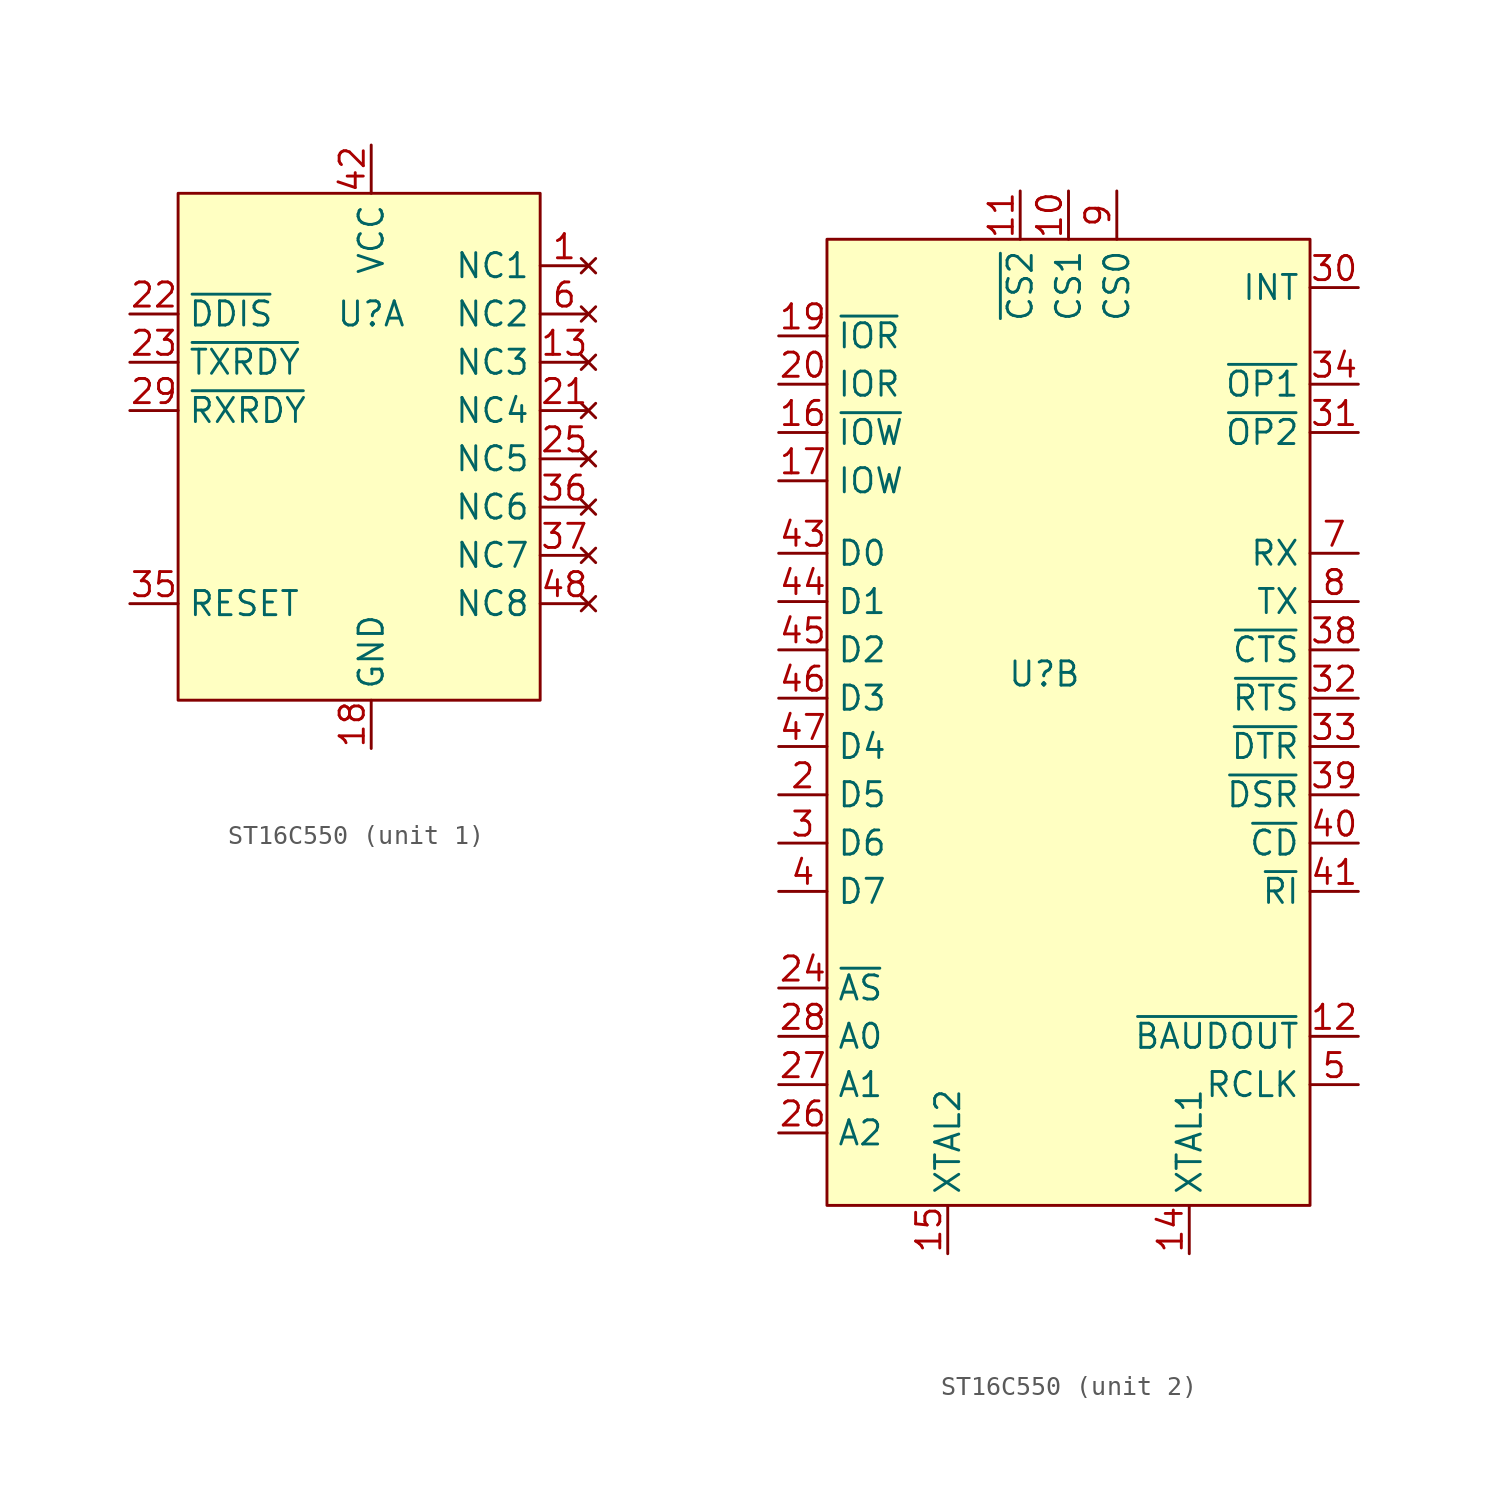
<source format=kicad_sym>
(kicad_symbol_lib
  (version 20231120)
  (generator "kicad_symbol_editor")
  (generator_version "8.0")
  (symbol "ST16C550"
    (property "Reference" "U"
      (at 0 0 0)
      (effects (font (size 1.27 1.27))))
    (property "Value" ""
      (at 0 0 0)
      (effects (font (size 1.27 1.27))))
    (property "ki_locked" ""
      (at 0 0 0)
      (effects (font (size 1.27 1.27))))
    (symbol "ST16C550_1_1"
      (rectangle (start -10.16 6.35) (end 8.89 -20.32) (stroke (width 0) (type default)) (fill (type background)))
      (pin no_connect line (at 11.43 2.54 180) (length 2.54) (name "NC1" (effects (font (size 1.27 1.27)))) (number "1" (effects (font (size 1.27 1.27)))))
      (pin no_connect line (at 11.43 -2.54 180) (length 2.54) (name "NC3" (effects (font (size 1.27 1.27)))) (number "13" (effects (font (size 1.27 1.27)))))
      (pin power_in line (at 0 -22.86 90) (length 2.54) (name "GND" (effects (font (size 1.27 1.27)))) (number "18" (effects (font (size 1.27 1.27)))))
      (pin no_connect line (at 11.43 -5.08 180) (length 2.54) (name "NC4" (effects (font (size 1.27 1.27)))) (number "21" (effects (font (size 1.27 1.27)))))
      (pin output line (at -12.7 0 0) (length 2.54) (name "~{DDIS}" (effects (font (size 1.27 1.27)))) (number "22" (effects (font (size 1.27 1.27)))))
      (pin output line (at -12.7 -2.54 0) (length 2.54) (name "~{TXRDY}" (effects (font (size 1.27 1.27)))) (number "23" (effects (font (size 1.27 1.27)))))
      (pin no_connect line (at 11.43 -7.62 180) (length 2.54) (name "NC5" (effects (font (size 1.27 1.27)))) (number "25" (effects (font (size 1.27 1.27)))))
      (pin output line (at -12.7 -5.08 0) (length 2.54) (name "~{RXRDY}" (effects (font (size 1.27 1.27)))) (number "29" (effects (font (size 1.27 1.27)))))
      (pin input line (at -12.7 -15.24 0) (length 2.54) (name "RESET" (effects (font (size 1.27 1.27)))) (number "35" (effects (font (size 1.27 1.27)))))
      (pin no_connect line (at 11.43 -10.16 180) (length 2.54) (name "NC6" (effects (font (size 1.27 1.27)))) (number "36" (effects (font (size 1.27 1.27)))))
      (pin no_connect line (at 11.43 -12.7 180) (length 2.54) (name "NC7" (effects (font (size 1.27 1.27)))) (number "37" (effects (font (size 1.27 1.27)))))
      (pin power_in line (at 0 8.89 270) (length 2.54) (name "VCC" (effects (font (size 1.27 1.27)))) (number "42" (effects (font (size 1.27 1.27)))))
      (pin no_connect line (at 11.43 -15.24 180) (length 2.54) (name "NC8" (effects (font (size 1.27 1.27)))) (number "48" (effects (font (size 1.27 1.27)))))
      (pin no_connect line (at 11.43 0 180) (length 2.54) (name "NC2" (effects (font (size 1.27 1.27)))) (number "6" (effects (font (size 1.27 1.27))))))
    (symbol "ST16C550_2_1"
      (rectangle (start -11.43 22.86) (end 13.97 -27.94) (stroke (width 0) (type default)) (fill (type background)))
      (pin input line (at 1.27 25.4 270) (length 2.54) (name "CS1" (effects (font (size 1.27 1.27)))) (number "10" (effects (font (size 1.27 1.27)))))
      (pin input line (at -1.27 25.4 270) (length 2.54) (name "~{CS2}" (effects (font (size 1.27 1.27)))) (number "11" (effects (font (size 1.27 1.27)))))
      (pin output line (at 16.51 -19.05 180) (length 2.54) (name "~{BAUDOUT}" (effects (font (size 1.27 1.27)))) (number "12" (effects (font (size 1.27 1.27)))))
      (pin input line (at 7.62 -30.48 90) (length 2.54) (name "XTAL1" (effects (font (size 1.27 1.27)))) (number "14" (effects (font (size 1.27 1.27)))))
      (pin output line (at -5.08 -30.48 90) (length 2.54) (name "XTAL2" (effects (font (size 1.27 1.27)))) (number "15" (effects (font (size 1.27 1.27)))))
      (pin input line (at -13.97 12.7 0) (length 2.54) (name "~{IOW}" (effects (font (size 1.27 1.27)))) (number "16" (effects (font (size 1.27 1.27)))))
      (pin input line (at -13.97 10.16 0) (length 2.54) (name "IOW" (effects (font (size 1.27 1.27)))) (number "17" (effects (font (size 1.27 1.27)))))
      (pin input line (at -13.97 17.78 0) (length 2.54) (name "~{IOR}" (effects (font (size 1.27 1.27)))) (number "19" (effects (font (size 1.27 1.27)))))
      (pin bidirectional line (at -13.97 -6.35 0) (length 2.54) (name "D5" (effects (font (size 1.27 1.27)))) (number "2" (effects (font (size 1.27 1.27)))))
      (pin input line (at -13.97 15.24 0) (length 2.54) (name "IOR" (effects (font (size 1.27 1.27)))) (number "20" (effects (font (size 1.27 1.27)))))
      (pin input line (at -13.97 -16.51 0) (length 2.54) (name "~{AS}" (effects (font (size 1.27 1.27)))) (number "24" (effects (font (size 1.27 1.27)))))
      (pin input line (at -13.97 -24.13 0) (length 2.54) (name "A2" (effects (font (size 1.27 1.27)))) (number "26" (effects (font (size 1.27 1.27)))))
      (pin input line (at -13.97 -21.59 0) (length 2.54) (name "A1" (effects (font (size 1.27 1.27)))) (number "27" (effects (font (size 1.27 1.27)))))
      (pin input line (at -13.97 -19.05 0) (length 2.54) (name "A0" (effects (font (size 1.27 1.27)))) (number "28" (effects (font (size 1.27 1.27)))))
      (pin bidirectional line (at -13.97 -8.89 0) (length 2.54) (name "D6" (effects (font (size 1.27 1.27)))) (number "3" (effects (font (size 1.27 1.27)))))
      (pin output line (at 16.51 20.32 180) (length 2.54) (name "INT" (effects (font (size 1.27 1.27)))) (number "30" (effects (font (size 1.27 1.27)))))
      (pin output line (at 16.51 12.7 180) (length 2.54) (name "~{OP2}" (effects (font (size 1.27 1.27)))) (number "31" (effects (font (size 1.27 1.27)))))
      (pin output line (at 16.51 -1.27 180) (length 2.54) (name "~{RTS}" (effects (font (size 1.27 1.27)))) (number "32" (effects (font (size 1.27 1.27)))))
      (pin output line (at 16.51 -3.81 180) (length 2.54) (name "~{DTR}" (effects (font (size 1.27 1.27)))) (number "33" (effects (font (size 1.27 1.27)))))
      (pin output line (at 16.51 15.24 180) (length 2.54) (name "~{OP1}" (effects (font (size 1.27 1.27)))) (number "34" (effects (font (size 1.27 1.27)))))
      (pin input line (at 16.51 1.27 180) (length 2.54) (name "~{CTS}" (effects (font (size 1.27 1.27)))) (number "38" (effects (font (size 1.27 1.27)))))
      (pin input line (at 16.51 -6.35 180) (length 2.54) (name "~{DSR}" (effects (font (size 1.27 1.27)))) (number "39" (effects (font (size 1.27 1.27)))))
      (pin bidirectional line (at -13.97 -11.43 0) (length 2.54) (name "D7" (effects (font (size 1.27 1.27)))) (number "4" (effects (font (size 1.27 1.27)))))
      (pin input line (at 16.51 -8.89 180) (length 2.54) (name "~{CD}" (effects (font (size 1.27 1.27)))) (number "40" (effects (font (size 1.27 1.27)))))
      (pin input line (at 16.51 -11.43 180) (length 2.54) (name "~{RI}" (effects (font (size 1.27 1.27)))) (number "41" (effects (font (size 1.27 1.27)))))
      (pin bidirectional line (at -13.97 6.35 0) (length 2.54) (name "D0" (effects (font (size 1.27 1.27)))) (number "43" (effects (font (size 1.27 1.27)))))
      (pin bidirectional line (at -13.97 3.81 0) (length 2.54) (name "D1" (effects (font (size 1.27 1.27)))) (number "44" (effects (font (size 1.27 1.27)))))
      (pin bidirectional line (at -13.97 1.27 0) (length 2.54) (name "D2" (effects (font (size 1.27 1.27)))) (number "45" (effects (font (size 1.27 1.27)))))
      (pin bidirectional line (at -13.97 -1.27 0) (length 2.54) (name "D3" (effects (font (size 1.27 1.27)))) (number "46" (effects (font (size 1.27 1.27)))))
      (pin bidirectional line (at -13.97 -3.81 0) (length 2.54) (name "D4" (effects (font (size 1.27 1.27)))) (number "47" (effects (font (size 1.27 1.27)))))
      (pin input line (at 16.51 -21.59 180) (length 2.54) (name "RCLK" (effects (font (size 1.27 1.27)))) (number "5" (effects (font (size 1.27 1.27)))))
      (pin input line (at 16.51 6.35 180) (length 2.54) (name "RX" (effects (font (size 1.27 1.27)))) (number "7" (effects (font (size 1.27 1.27)))))
      (pin output line (at 16.51 3.81 180) (length 2.54) (name "TX" (effects (font (size 1.27 1.27)))) (number "8" (effects (font (size 1.27 1.27)))))
      (pin input line (at 3.81 25.4 270) (length 2.54) (name "CS0" (effects (font (size 1.27 1.27)))) (number "9" (effects (font (size 1.27 1.27))))))))
</source>
